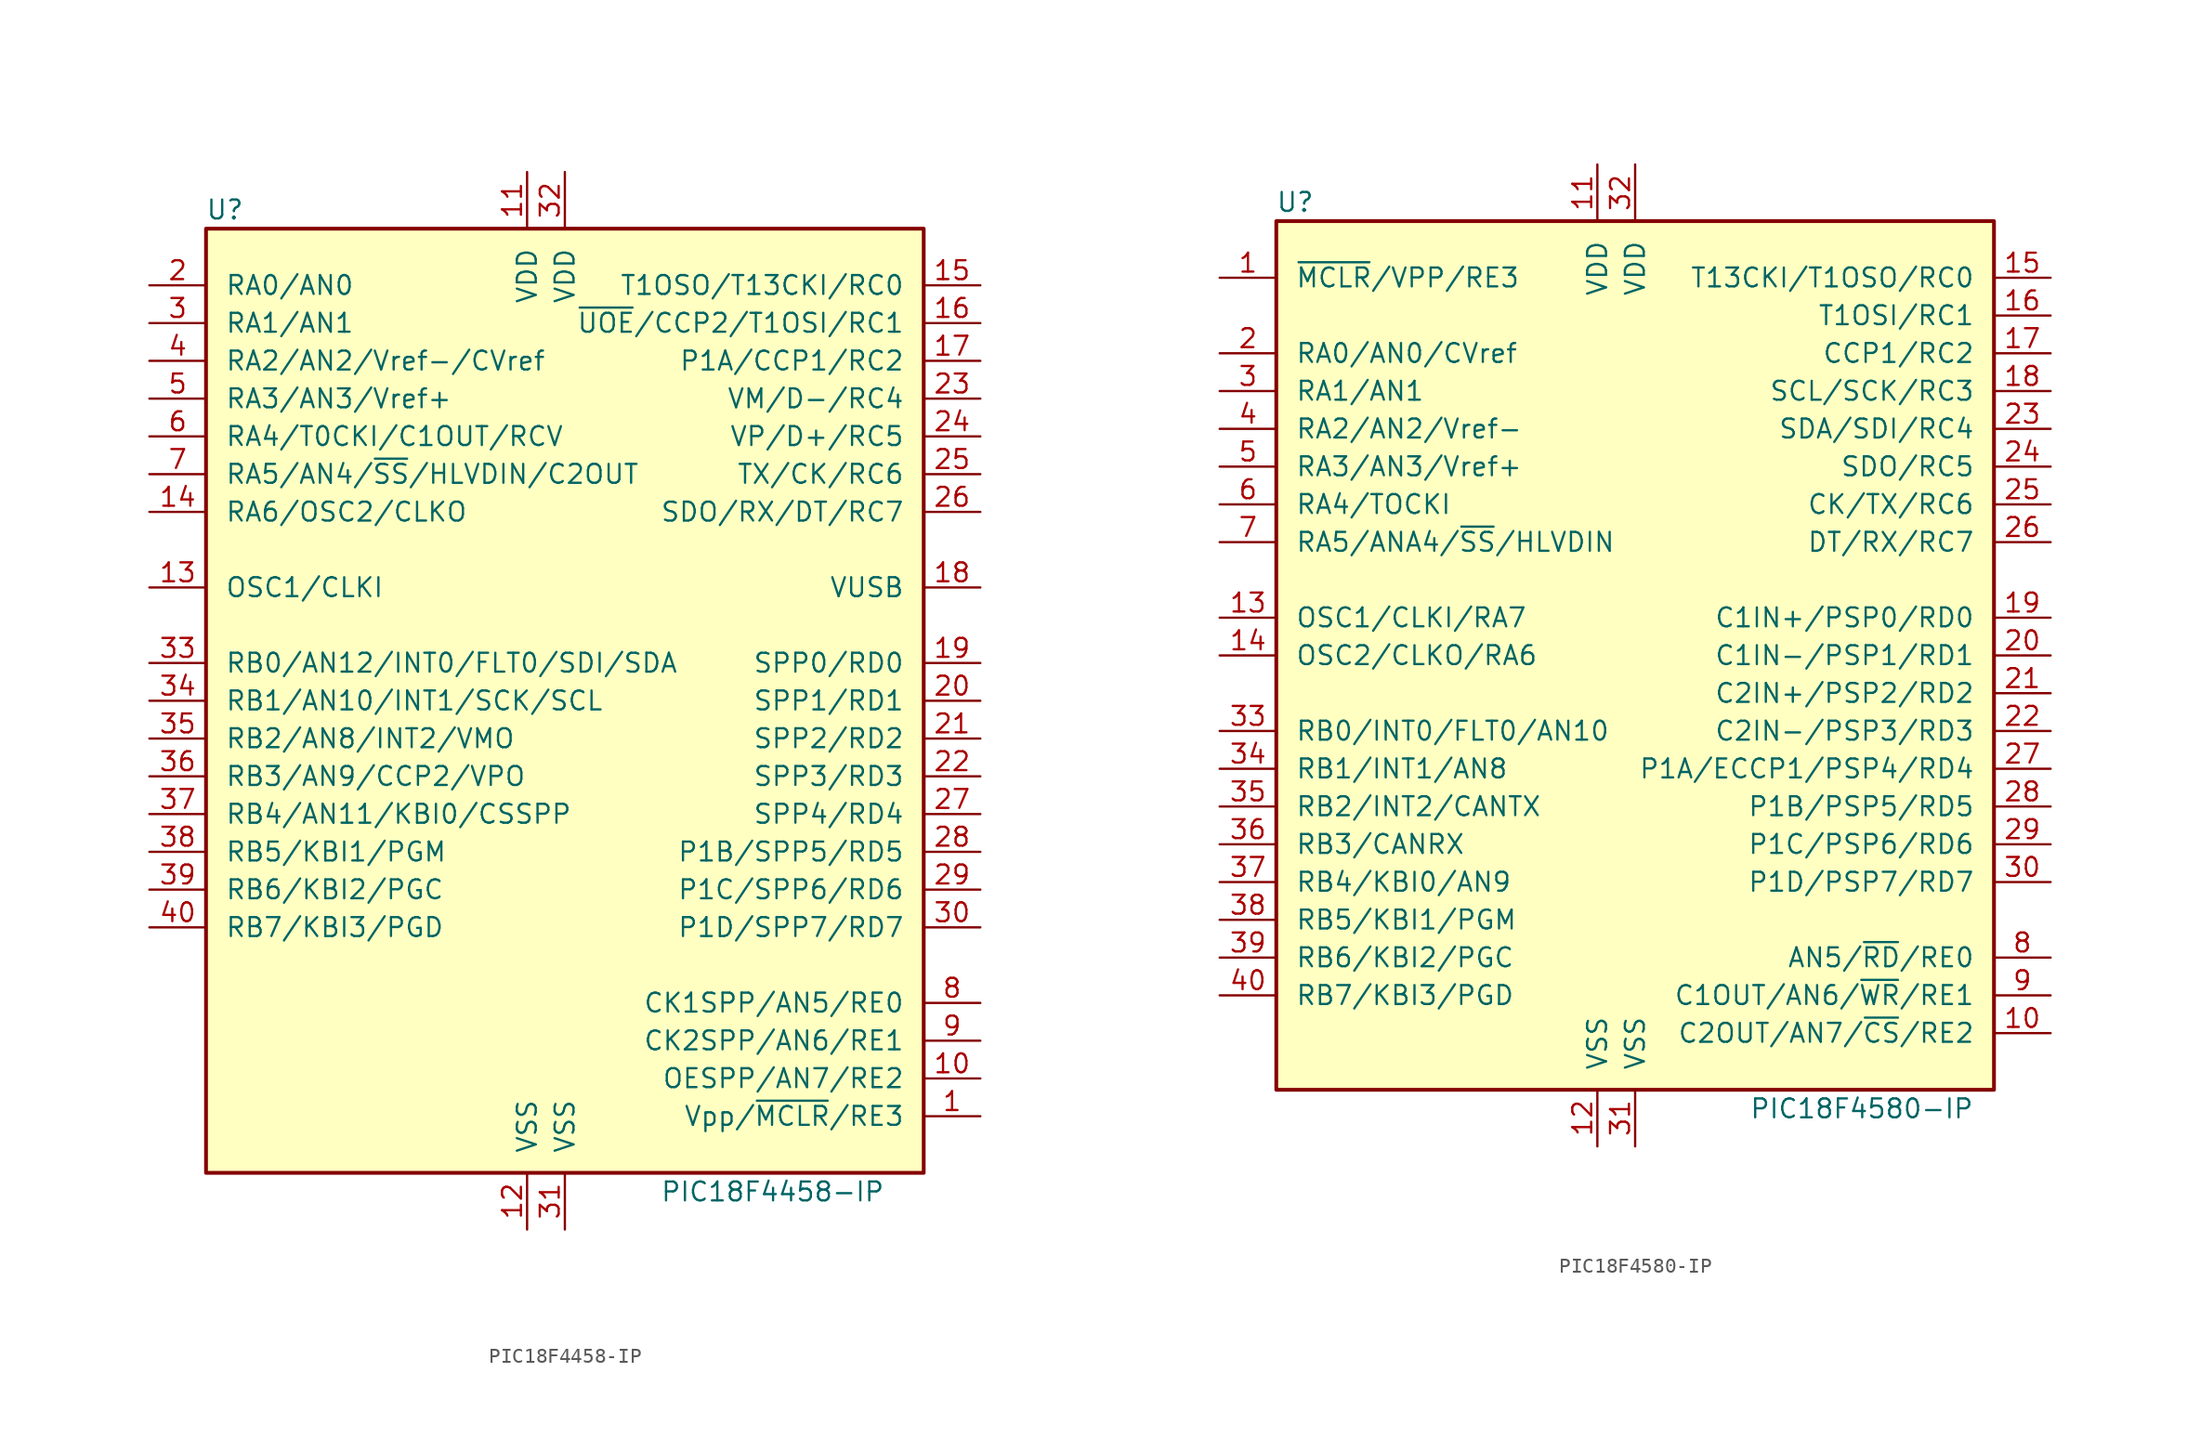
<source format=kicad_sym>
(kicad_symbol_lib
  (version 20200908)
  (generator kicad_symbol_editor)
  (symbol "MCU_Microchip_PIC18:PIC18F4458-IP"
    (pin_names
      (offset 1.27))
    (property "Reference" "U"
      (at -22.86 33.02 0)
      (effects (font (size 1.27 1.27))))
    (property "Value" "PIC18F4458-IP"
      (at 13.97 -33.02 0)
      (effects (font (size 1.27 1.27))))
    (symbol "PIC18F4458-IP_0_1"
      (rectangle (start -24.13 31.75) (end 24.13 -31.75) (stroke (width 0.254)) (fill (type background))))
    (symbol "PIC18F4458-IP_1_1"
      (pin input line (at 27.94 -27.94 180) (length 3.81) (name "Vpp/~MCLR~/RE3" (effects (font (size 1.27 1.27)))) (number "1" (effects (font (size 1.27 1.27)))))
      (pin bidirectional line (at 27.94 -25.4 180) (length 3.81) (name "OESPP/AN7/RE2" (effects (font (size 1.27 1.27)))) (number "10" (effects (font (size 1.27 1.27)))))
      (pin power_in line (at -2.54 35.56 270) (length 3.81) (name "VDD" (effects (font (size 1.27 1.27)))) (number "11" (effects (font (size 1.27 1.27)))))
      (pin power_in line (at -2.54 -35.56 90) (length 3.81) (name "VSS" (effects (font (size 1.27 1.27)))) (number "12" (effects (font (size 1.27 1.27)))))
      (pin input line (at -27.94 7.62 0) (length 3.81) (name "OSC1/CLKI" (effects (font (size 1.27 1.27)))) (number "13" (effects (font (size 1.27 1.27)))))
      (pin bidirectional line (at -27.94 12.7 0) (length 3.81) (name "RA6/OSC2/CLKO" (effects (font (size 1.27 1.27)))) (number "14" (effects (font (size 1.27 1.27)))))
      (pin bidirectional line (at 27.94 27.94 180) (length 3.81) (name "T1OSO/T13CKI/RC0" (effects (font (size 1.27 1.27)))) (number "15" (effects (font (size 1.27 1.27)))))
      (pin bidirectional line (at 27.94 25.4 180) (length 3.81) (name "~UOE~/CCP2/T1OSI/RC1" (effects (font (size 1.27 1.27)))) (number "16" (effects (font (size 1.27 1.27)))))
      (pin bidirectional line (at 27.94 22.86 180) (length 3.81) (name "P1A/CCP1/RC2" (effects (font (size 1.27 1.27)))) (number "17" (effects (font (size 1.27 1.27)))))
      (pin bidirectional line (at 27.94 7.62 180) (length 3.81) (name "VUSB" (effects (font (size 1.27 1.27)))) (number "18" (effects (font (size 1.27 1.27)))))
      (pin bidirectional line (at 27.94 2.54 180) (length 3.81) (name "SPP0/RD0" (effects (font (size 1.27 1.27)))) (number "19" (effects (font (size 1.27 1.27)))))
      (pin bidirectional line (at -27.94 27.94 0) (length 3.81) (name "RA0/AN0" (effects (font (size 1.27 1.27)))) (number "2" (effects (font (size 1.27 1.27)))))
      (pin bidirectional line (at 27.94 0 180) (length 3.81) (name "SPP1/RD1" (effects (font (size 1.27 1.27)))) (number "20" (effects (font (size 1.27 1.27)))))
      (pin bidirectional line (at 27.94 -2.54 180) (length 3.81) (name "SPP2/RD2" (effects (font (size 1.27 1.27)))) (number "21" (effects (font (size 1.27 1.27)))))
      (pin bidirectional line (at 27.94 -5.08 180) (length 3.81) (name "SPP3/RD3" (effects (font (size 1.27 1.27)))) (number "22" (effects (font (size 1.27 1.27)))))
      (pin bidirectional line (at 27.94 20.32 180) (length 3.81) (name "VM/D-/RC4" (effects (font (size 1.27 1.27)))) (number "23" (effects (font (size 1.27 1.27)))))
      (pin bidirectional line (at 27.94 17.78 180) (length 3.81) (name "VP/D+/RC5" (effects (font (size 1.27 1.27)))) (number "24" (effects (font (size 1.27 1.27)))))
      (pin bidirectional line (at 27.94 15.24 180) (length 3.81) (name "TX/CK/RC6" (effects (font (size 1.27 1.27)))) (number "25" (effects (font (size 1.27 1.27)))))
      (pin bidirectional line (at 27.94 12.7 180) (length 3.81) (name "SDO/RX/DT/RC7" (effects (font (size 1.27 1.27)))) (number "26" (effects (font (size 1.27 1.27)))))
      (pin bidirectional line (at 27.94 -7.62 180) (length 3.81) (name "SPP4/RD4" (effects (font (size 1.27 1.27)))) (number "27" (effects (font (size 1.27 1.27)))))
      (pin bidirectional line (at 27.94 -10.16 180) (length 3.81) (name "P1B/SPP5/RD5" (effects (font (size 1.27 1.27)))) (number "28" (effects (font (size 1.27 1.27)))))
      (pin bidirectional line (at 27.94 -12.7 180) (length 3.81) (name "P1C/SPP6/RD6" (effects (font (size 1.27 1.27)))) (number "29" (effects (font (size 1.27 1.27)))))
      (pin bidirectional line (at -27.94 25.4 0) (length 3.81) (name "RA1/AN1" (effects (font (size 1.27 1.27)))) (number "3" (effects (font (size 1.27 1.27)))))
      (pin bidirectional line (at 27.94 -15.24 180) (length 3.81) (name "P1D/SPP7/RD7" (effects (font (size 1.27 1.27)))) (number "30" (effects (font (size 1.27 1.27)))))
      (pin power_in line (at 0 -35.56 90) (length 3.81) (name "VSS" (effects (font (size 1.27 1.27)))) (number "31" (effects (font (size 1.27 1.27)))))
      (pin power_in line (at 0 35.56 270) (length 3.81) (name "VDD" (effects (font (size 1.27 1.27)))) (number "32" (effects (font (size 1.27 1.27)))))
      (pin bidirectional line (at -27.94 2.54 0) (length 3.81) (name "RB0/AN12/INT0/FLT0/SDI/SDA" (effects (font (size 1.27 1.27)))) (number "33" (effects (font (size 1.27 1.27)))))
      (pin bidirectional line (at -27.94 0 0) (length 3.81) (name "RB1/AN10/INT1/SCK/SCL" (effects (font (size 1.27 1.27)))) (number "34" (effects (font (size 1.27 1.27)))))
      (pin bidirectional line (at -27.94 -2.54 0) (length 3.81) (name "RB2/AN8/INT2/VMO" (effects (font (size 1.27 1.27)))) (number "35" (effects (font (size 1.27 1.27)))))
      (pin bidirectional line (at -27.94 -5.08 0) (length 3.81) (name "RB3/AN9/CCP2/VPO" (effects (font (size 1.27 1.27)))) (number "36" (effects (font (size 1.27 1.27)))))
      (pin bidirectional line (at -27.94 -7.62 0) (length 3.81) (name "RB4/AN11/KBI0/CSSPP" (effects (font (size 1.27 1.27)))) (number "37" (effects (font (size 1.27 1.27)))))
      (pin bidirectional line (at -27.94 -10.16 0) (length 3.81) (name "RB5/KBI1/PGM" (effects (font (size 1.27 1.27)))) (number "38" (effects (font (size 1.27 1.27)))))
      (pin bidirectional line (at -27.94 -12.7 0) (length 3.81) (name "RB6/KBI2/PGC" (effects (font (size 1.27 1.27)))) (number "39" (effects (font (size 1.27 1.27)))))
      (pin bidirectional line (at -27.94 22.86 0) (length 3.81) (name "RA2/AN2/Vref-/CVref" (effects (font (size 1.27 1.27)))) (number "4" (effects (font (size 1.27 1.27)))))
      (pin bidirectional line (at -27.94 -15.24 0) (length 3.81) (name "RB7/KBI3/PGD" (effects (font (size 1.27 1.27)))) (number "40" (effects (font (size 1.27 1.27)))))
      (pin bidirectional line (at -27.94 20.32 0) (length 3.81) (name "RA3/AN3/Vref+" (effects (font (size 1.27 1.27)))) (number "5" (effects (font (size 1.27 1.27)))))
      (pin bidirectional line (at -27.94 17.78 0) (length 3.81) (name "RA4/T0CKI/C1OUT/RCV" (effects (font (size 1.27 1.27)))) (number "6" (effects (font (size 1.27 1.27)))))
      (pin bidirectional line (at -27.94 15.24 0) (length 3.81) (name "RA5/AN4/~SS~/HLVDIN/C2OUT" (effects (font (size 1.27 1.27)))) (number "7" (effects (font (size 1.27 1.27)))))
      (pin bidirectional line (at 27.94 -20.32 180) (length 3.81) (name "CK1SPP/AN5/RE0" (effects (font (size 1.27 1.27)))) (number "8" (effects (font (size 1.27 1.27)))))
      (pin bidirectional line (at 27.94 -22.86 180) (length 3.81) (name "CK2SPP/AN6/RE1" (effects (font (size 1.27 1.27)))) (number "9" (effects (font (size 1.27 1.27)))))))
  (symbol "MCU_Microchip_PIC18:PIC18F4580-IP"
    (pin_names
      (offset 1.27))
    (property "Reference" "U"
      (at -22.86 30.48 0)
      (effects (font (size 1.27 1.27))))
    (property "Value" "PIC18F4580-IP"
      (at 15.24 -30.48 0)
      (effects (font (size 1.27 1.27))))
    (symbol "PIC18F4580-IP_0_1"
      (rectangle (start -24.13 -29.21) (end 24.13 29.21) (stroke (width 0.254)) (fill (type background))))
    (symbol "PIC18F4580-IP_1_1"
      (pin input line (at -27.94 25.4 0) (length 3.81) (name "~MCLR~/VPP/RE3" (effects (font (size 1.27 1.27)))) (number "1" (effects (font (size 1.27 1.27)))))
      (pin bidirectional line (at 27.94 -25.4 180) (length 3.81) (name "C2OUT/AN7/~CS~/RE2" (effects (font (size 1.27 1.27)))) (number "10" (effects (font (size 1.27 1.27)))))
      (pin power_in line (at -2.54 33.02 270) (length 3.81) (name "VDD" (effects (font (size 1.27 1.27)))) (number "11" (effects (font (size 1.27 1.27)))))
      (pin power_in line (at -2.54 -33.02 90) (length 3.81) (name "VSS" (effects (font (size 1.27 1.27)))) (number "12" (effects (font (size 1.27 1.27)))))
      (pin input line (at -27.94 2.54 0) (length 3.81) (name "OSC1/CLKI/RA7" (effects (font (size 1.27 1.27)))) (number "13" (effects (font (size 1.27 1.27)))))
      (pin output line (at -27.94 0 0) (length 3.81) (name "OSC2/CLKO/RA6" (effects (font (size 1.27 1.27)))) (number "14" (effects (font (size 1.27 1.27)))))
      (pin bidirectional line (at 27.94 25.4 180) (length 3.81) (name "T13CKI/T1OSO/RC0" (effects (font (size 1.27 1.27)))) (number "15" (effects (font (size 1.27 1.27)))))
      (pin bidirectional line (at 27.94 22.86 180) (length 3.81) (name "T1OSI/RC1" (effects (font (size 1.27 1.27)))) (number "16" (effects (font (size 1.27 1.27)))))
      (pin bidirectional line (at 27.94 20.32 180) (length 3.81) (name "CCP1/RC2" (effects (font (size 1.27 1.27)))) (number "17" (effects (font (size 1.27 1.27)))))
      (pin bidirectional line (at 27.94 17.78 180) (length 3.81) (name "SCL/SCK/RC3" (effects (font (size 1.27 1.27)))) (number "18" (effects (font (size 1.27 1.27)))))
      (pin bidirectional line (at 27.94 2.54 180) (length 3.81) (name "C1IN+/PSP0/RD0" (effects (font (size 1.27 1.27)))) (number "19" (effects (font (size 1.27 1.27)))))
      (pin bidirectional line (at -27.94 20.32 0) (length 3.81) (name "RA0/AN0/CVref" (effects (font (size 1.27 1.27)))) (number "2" (effects (font (size 1.27 1.27)))))
      (pin bidirectional line (at 27.94 0 180) (length 3.81) (name "C1IN-/PSP1/RD1" (effects (font (size 1.27 1.27)))) (number "20" (effects (font (size 1.27 1.27)))))
      (pin bidirectional line (at 27.94 -2.54 180) (length 3.81) (name "C2IN+/PSP2/RD2" (effects (font (size 1.27 1.27)))) (number "21" (effects (font (size 1.27 1.27)))))
      (pin bidirectional line (at 27.94 -5.08 180) (length 3.81) (name "C2IN-/PSP3/RD3" (effects (font (size 1.27 1.27)))) (number "22" (effects (font (size 1.27 1.27)))))
      (pin bidirectional line (at 27.94 15.24 180) (length 3.81) (name "SDA/SDI/RC4" (effects (font (size 1.27 1.27)))) (number "23" (effects (font (size 1.27 1.27)))))
      (pin bidirectional line (at 27.94 12.7 180) (length 3.81) (name "SDO/RC5" (effects (font (size 1.27 1.27)))) (number "24" (effects (font (size 1.27 1.27)))))
      (pin bidirectional line (at 27.94 10.16 180) (length 3.81) (name "CK/TX/RC6" (effects (font (size 1.27 1.27)))) (number "25" (effects (font (size 1.27 1.27)))))
      (pin bidirectional line (at 27.94 7.62 180) (length 3.81) (name "DT/RX/RC7" (effects (font (size 1.27 1.27)))) (number "26" (effects (font (size 1.27 1.27)))))
      (pin bidirectional line (at 27.94 -7.62 180) (length 3.81) (name "P1A/ECCP1/PSP4/RD4" (effects (font (size 1.27 1.27)))) (number "27" (effects (font (size 1.27 1.27)))))
      (pin bidirectional line (at 27.94 -10.16 180) (length 3.81) (name "P1B/PSP5/RD5" (effects (font (size 1.27 1.27)))) (number "28" (effects (font (size 1.27 1.27)))))
      (pin bidirectional line (at 27.94 -12.7 180) (length 3.81) (name "P1C/PSP6/RD6" (effects (font (size 1.27 1.27)))) (number "29" (effects (font (size 1.27 1.27)))))
      (pin bidirectional line (at -27.94 17.78 0) (length 3.81) (name "RA1/AN1" (effects (font (size 1.27 1.27)))) (number "3" (effects (font (size 1.27 1.27)))))
      (pin bidirectional line (at 27.94 -15.24 180) (length 3.81) (name "P1D/PSP7/RD7" (effects (font (size 1.27 1.27)))) (number "30" (effects (font (size 1.27 1.27)))))
      (pin power_in line (at 0 -33.02 90) (length 3.81) (name "VSS" (effects (font (size 1.27 1.27)))) (number "31" (effects (font (size 1.27 1.27)))))
      (pin power_in line (at 0 33.02 270) (length 3.81) (name "VDD" (effects (font (size 1.27 1.27)))) (number "32" (effects (font (size 1.27 1.27)))))
      (pin bidirectional line (at -27.94 -5.08 0) (length 3.81) (name "RB0/INT0/FLT0/AN10" (effects (font (size 1.27 1.27)))) (number "33" (effects (font (size 1.27 1.27)))))
      (pin bidirectional line (at -27.94 -7.62 0) (length 3.81) (name "RB1/INT1/AN8" (effects (font (size 1.27 1.27)))) (number "34" (effects (font (size 1.27 1.27)))))
      (pin bidirectional line (at -27.94 -10.16 0) (length 3.81) (name "RB2/INT2/CANTX" (effects (font (size 1.27 1.27)))) (number "35" (effects (font (size 1.27 1.27)))))
      (pin bidirectional line (at -27.94 -12.7 0) (length 3.81) (name "RB3/CANRX" (effects (font (size 1.27 1.27)))) (number "36" (effects (font (size 1.27 1.27)))))
      (pin bidirectional line (at -27.94 -15.24 0) (length 3.81) (name "RB4/KBI0/AN9" (effects (font (size 1.27 1.27)))) (number "37" (effects (font (size 1.27 1.27)))))
      (pin bidirectional line (at -27.94 -17.78 0) (length 3.81) (name "RB5/KBI1/PGM" (effects (font (size 1.27 1.27)))) (number "38" (effects (font (size 1.27 1.27)))))
      (pin bidirectional line (at -27.94 -20.32 0) (length 3.81) (name "RB6/KBI2/PGC" (effects (font (size 1.27 1.27)))) (number "39" (effects (font (size 1.27 1.27)))))
      (pin bidirectional line (at -27.94 15.24 0) (length 3.81) (name "RA2/AN2/Vref-" (effects (font (size 1.27 1.27)))) (number "4" (effects (font (size 1.27 1.27)))))
      (pin bidirectional line (at -27.94 -22.86 0) (length 3.81) (name "RB7/KBI3/PGD" (effects (font (size 1.27 1.27)))) (number "40" (effects (font (size 1.27 1.27)))))
      (pin bidirectional line (at -27.94 12.7 0) (length 3.81) (name "RA3/AN3/Vref+" (effects (font (size 1.27 1.27)))) (number "5" (effects (font (size 1.27 1.27)))))
      (pin bidirectional line (at -27.94 10.16 0) (length 3.81) (name "RA4/TOCKI" (effects (font (size 1.27 1.27)))) (number "6" (effects (font (size 1.27 1.27)))))
      (pin bidirectional line (at -27.94 7.62 0) (length 3.81) (name "RA5/ANA4/~SS~/HLVDIN" (effects (font (size 1.27 1.27)))) (number "7" (effects (font (size 1.27 1.27)))))
      (pin bidirectional line (at 27.94 -20.32 180) (length 3.81) (name "AN5/~RD~/RE0" (effects (font (size 1.27 1.27)))) (number "8" (effects (font (size 1.27 1.27)))))
      (pin bidirectional line (at 27.94 -22.86 180) (length 3.81) (name "C1OUT/AN6/~WR~/RE1" (effects (font (size 1.27 1.27)))) (number "9" (effects (font (size 1.27 1.27))))))))
</source>
